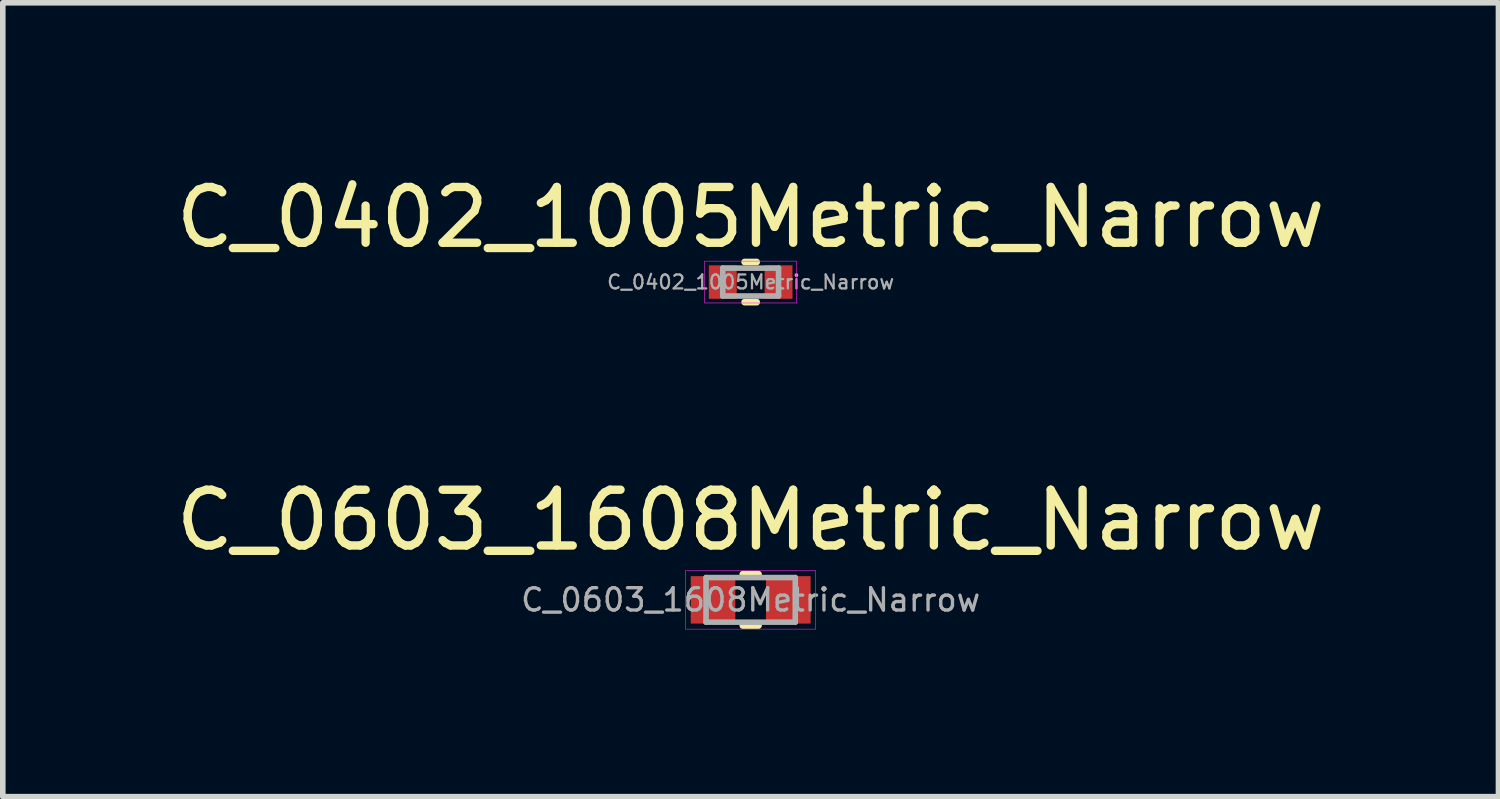
<source format=kicad_pcb>
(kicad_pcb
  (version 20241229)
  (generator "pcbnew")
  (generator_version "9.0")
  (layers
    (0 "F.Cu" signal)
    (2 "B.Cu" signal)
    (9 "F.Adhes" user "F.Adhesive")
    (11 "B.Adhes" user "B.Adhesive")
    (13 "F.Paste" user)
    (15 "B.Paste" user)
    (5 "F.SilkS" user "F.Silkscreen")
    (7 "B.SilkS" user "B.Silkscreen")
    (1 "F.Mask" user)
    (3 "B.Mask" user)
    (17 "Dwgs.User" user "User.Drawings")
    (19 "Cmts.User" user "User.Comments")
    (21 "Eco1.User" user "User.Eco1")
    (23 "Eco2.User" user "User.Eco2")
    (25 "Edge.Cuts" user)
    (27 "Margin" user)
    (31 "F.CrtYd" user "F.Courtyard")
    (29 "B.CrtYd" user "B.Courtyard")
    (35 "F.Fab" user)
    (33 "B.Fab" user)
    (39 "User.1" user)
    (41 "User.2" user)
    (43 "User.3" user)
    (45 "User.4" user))
  (footprint "C_0603_1608Metric_Narrow"
    (layer "F.Cu")
    (at 10.411 7.707)
    (property "Reference" "C_0603_1608Metric_Narrow" (at 0 -1.43 0) (layer "F.SilkS") (effects (font (size 1 1) (thickness 0.15))))
    (attr smd)
    (fp_line (start -0.141 -0.46) (end 0.141 -0.46) (stroke (width 0.12) (type solid)) (layer "F.SilkS"))
    (fp_line (start -0.141 0.46) (end 0.141 0.46) (stroke (width 0.12) (type solid)) (layer "F.SilkS"))
    (fp_line (start -1.165 -0.525) (end 1.165 -0.525) (stroke (width 0.01) (type solid)) (layer "F.CrtYd"))
    (fp_line (start -1.165 0.525) (end -1.165 -0.525) (stroke (width 0.01) (type solid)) (layer "F.CrtYd"))
    (fp_line (start 1.165 -0.525) (end 1.165 0.525) (stroke (width 0.01) (type solid)) (layer "F.CrtYd"))
    (fp_line (start 1.165 0.525) (end -1.165 0.525) (stroke (width 0.01) (type solid)) (layer "F.CrtYd"))
    (fp_line (start -0.8 -0.4) (end 0.8 -0.4) (stroke (width 0.1) (type solid)) (layer "F.Fab"))
    (fp_line (start -0.8 0.4) (end -0.8 -0.4) (stroke (width 0.1) (type solid)) (layer "F.Fab"))
    (fp_line (start 0.8 -0.4) (end 0.8 0.4) (stroke (width 0.1) (type solid)) (layer "F.Fab"))
    (fp_line (start 0.8 0.4) (end -0.8 0.4) (stroke (width 0.1) (type solid)) (layer "F.Fab"))
    (fp_text user "${REFERENCE}" (at 0 0 0) (layer "F.Fab") (effects (font (size 0.4 0.4) (thickness 0.06))))
    (pad "1" smd rect (at -0.675 0) (size 0.8 0.85) (layers "F.Cu" "F.Mask" "F.Paste"))
    (pad "2" smd rect (at 0.675 0) (size 0.8 0.85) (layers "F.Cu" "F.Mask" "F.Paste")))
  (footprint "C_0402_1005Metric_Narrow"
    (layer "F.Cu")
    (at 10.411 2.008)
    (property "Reference" "C_0402_1005Metric_Narrow" (at 0 -1.16 0) (layer "F.SilkS") (effects (font (size 1 1) (thickness 0.15))))
    (attr smd)
    (fp_line (start -0.108 -0.36) (end 0.108 -0.36) (stroke (width 0.12) (type solid)) (layer "F.SilkS"))
    (fp_line (start -0.108 0.36) (end 0.108 0.36) (stroke (width 0.12) (type solid)) (layer "F.SilkS"))
    (fp_line (start -0.825 -0.375) (end 0.825 -0.375) (stroke (width 0.01) (type solid)) (layer "F.CrtYd"))
    (fp_line (start -0.825 0.375) (end -0.825 -0.375) (stroke (width 0.01) (type solid)) (layer "F.CrtYd"))
    (fp_line (start 0.825 -0.375) (end 0.825 0.375) (stroke (width 0.01) (type solid)) (layer "F.CrtYd"))
    (fp_line (start 0.825 0.375) (end -0.825 0.375) (stroke (width 0.01) (type solid)) (layer "F.CrtYd"))
    (fp_line (start -0.5 -0.25) (end 0.5 -0.25) (stroke (width 0.1) (type solid)) (layer "F.Fab"))
    (fp_line (start -0.5 0.25) (end -0.5 -0.25) (stroke (width 0.1) (type solid)) (layer "F.Fab"))
    (fp_line (start 0.5 -0.25) (end 0.5 0.25) (stroke (width 0.1) (type solid)) (layer "F.Fab"))
    (fp_line (start 0.5 0.25) (end -0.5 0.25) (stroke (width 0.1) (type solid)) (layer "F.Fab"))
    (fp_text user "${REFERENCE}" (at 0 0 0) (layer "F.Fab") (effects (font (size 0.25 0.25) (thickness 0.04))))
    (pad "1" smd rect (at -0.5 0) (size 0.5 0.6) (layers "F.Cu" "F.Mask" "F.Paste"))
    (pad "2" smd rect (at 0.5 0) (size 0.5 0.6) (layers "F.Cu" "F.Mask" "F.Paste")))
  (gr_rect
    (start -3 -3)
    (end 23.821 11.236)
    (stroke (width 0.1) (type default))
    (fill no)
    (layer "Edge.Cuts")))
</source>
